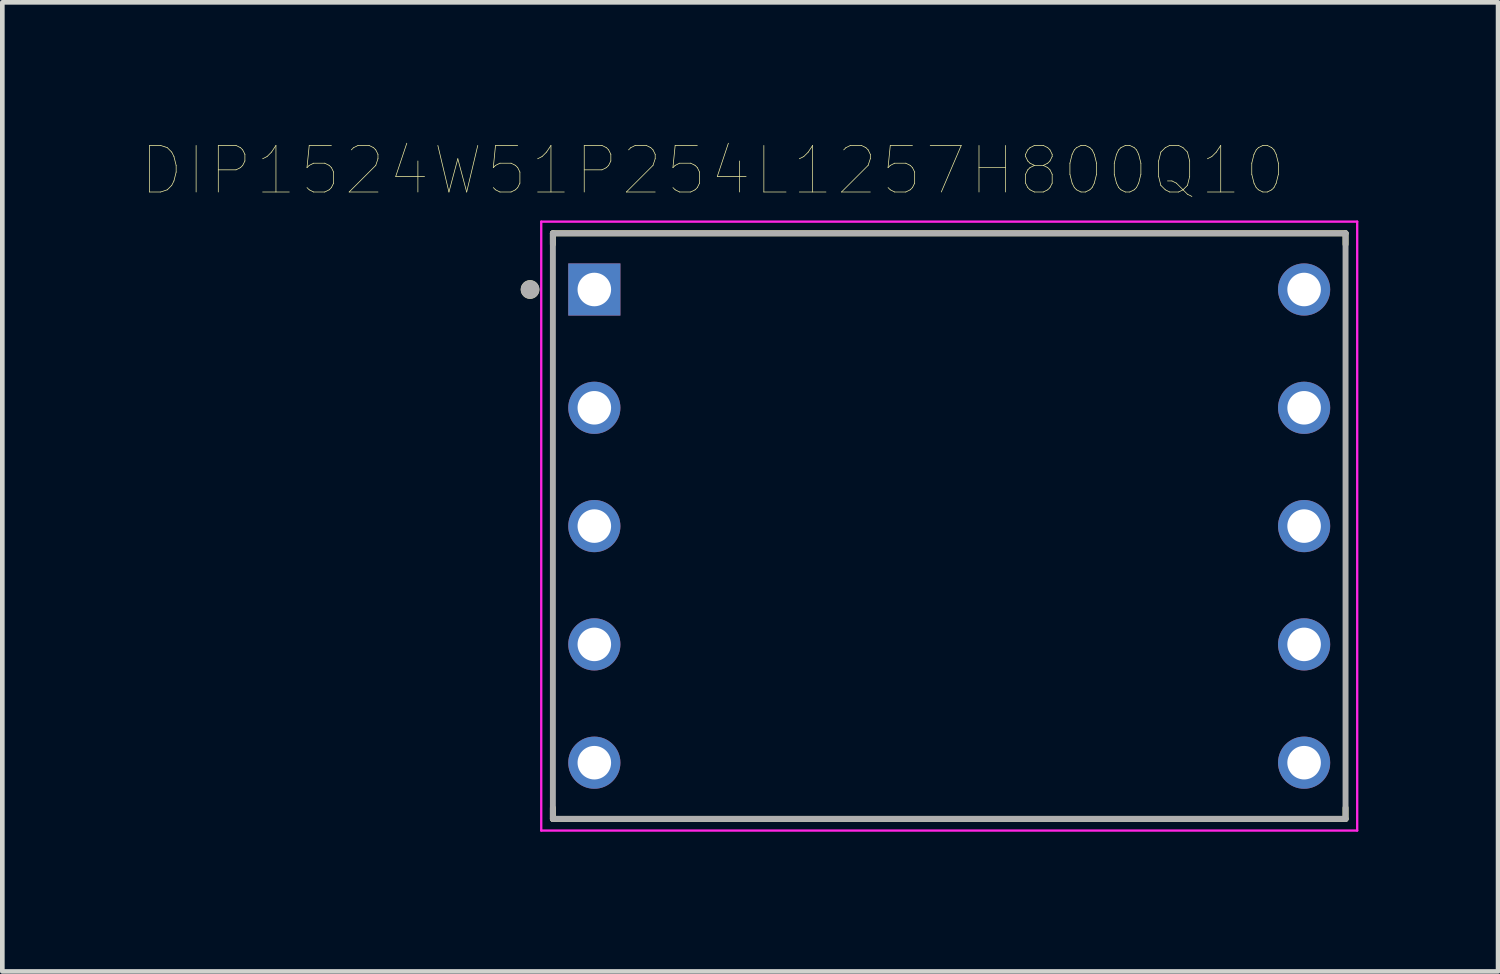
<source format=kicad_pcb>
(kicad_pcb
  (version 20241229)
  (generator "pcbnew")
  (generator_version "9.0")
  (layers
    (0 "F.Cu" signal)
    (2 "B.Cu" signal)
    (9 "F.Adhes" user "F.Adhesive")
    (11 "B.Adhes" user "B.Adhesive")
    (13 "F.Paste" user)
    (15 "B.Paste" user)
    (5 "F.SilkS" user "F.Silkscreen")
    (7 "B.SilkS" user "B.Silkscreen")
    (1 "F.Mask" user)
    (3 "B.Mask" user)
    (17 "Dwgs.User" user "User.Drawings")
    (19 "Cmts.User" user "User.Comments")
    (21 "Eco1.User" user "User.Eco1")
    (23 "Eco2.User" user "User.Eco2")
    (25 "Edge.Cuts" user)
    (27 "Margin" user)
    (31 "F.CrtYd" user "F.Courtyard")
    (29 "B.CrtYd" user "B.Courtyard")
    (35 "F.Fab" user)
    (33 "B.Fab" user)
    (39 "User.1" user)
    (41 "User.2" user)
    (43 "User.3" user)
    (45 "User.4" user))
  (footprint "DIP1524W51P254L1257H800Q10"
    (layer "F.Cu")
    (at 17.331 8.246)
    (property "Reference" "DIP1524W51P254L1257H800Q10" (at -5.075 -7.635 0) (layer "F.SilkS") (effects (font (size 1 1) (thickness 0.015))))
    (attr through_hole)
    (fp_line (start -8.51 -6.287) (end 8.51 -6.287) (stroke (width 0.127) (type solid)) (layer "F.SilkS"))
    (fp_line (start -8.51 -6.05) (end -8.51 -6.287) (stroke (width 0.127) (type solid)) (layer "F.SilkS"))
    (fp_line (start -8.51 6.287) (end -8.51 6.05) (stroke (width 0.127) (type solid)) (layer "F.SilkS"))
    (fp_line (start 8.51 -6.287) (end 8.51 -6.05) (stroke (width 0.127) (type solid)) (layer "F.SilkS"))
    (fp_line (start 8.51 6.05) (end 8.51 6.287) (stroke (width 0.127) (type solid)) (layer "F.SilkS"))
    (fp_line (start 8.51 6.287) (end -8.51 6.287) (stroke (width 0.127) (type solid)) (layer "F.SilkS"))
    (fp_circle (center -9 -5.08) (end -8.9 -5.08) (stroke (width 0.2) (type solid)) (fill no) (layer "F.SilkS"))
    (fp_line (start -8.76 -6.537) (end 8.76 -6.537) (stroke (width 0.05) (type solid)) (layer "F.CrtYd"))
    (fp_line (start -8.76 6.537) (end -8.76 -6.537) (stroke (width 0.05) (type solid)) (layer "F.CrtYd"))
    (fp_line (start 8.76 -6.537) (end 8.76 6.537) (stroke (width 0.05) (type solid)) (layer "F.CrtYd"))
    (fp_line (start 8.76 6.537) (end -8.76 6.537) (stroke (width 0.05) (type solid)) (layer "F.CrtYd"))
    (fp_line (start -8.51 -6.287) (end 8.51 -6.287) (stroke (width 0.127) (type solid)) (layer "F.Fab"))
    (fp_line (start -8.51 6.287) (end -8.51 -6.287) (stroke (width 0.127) (type solid)) (layer "F.Fab"))
    (fp_line (start 8.51 -6.287) (end 8.51 6.287) (stroke (width 0.127) (type solid)) (layer "F.Fab"))
    (fp_line (start 8.51 6.287) (end -8.51 6.287) (stroke (width 0.127) (type solid)) (layer "F.Fab"))
    (fp_circle (center -9 -5.08) (end -8.9 -5.08) (stroke (width 0.2) (type solid)) (fill no) (layer "F.Fab"))
    (pad "1" thru_hole rect (at -7.62 -5.08) (size 1.12 1.12) (drill 0.72) (layers "*.Cu" "*.Mask"))
    (pad "2" thru_hole circle (at -7.62 -2.54) (size 1.12 1.12) (drill 0.72) (layers "*.Cu" "*.Mask"))
    (pad "3" thru_hole circle (at -7.62 0) (size 1.12 1.12) (drill 0.72) (layers "*.Cu" "*.Mask"))
    (pad "4" thru_hole circle (at -7.62 2.54) (size 1.12 1.12) (drill 0.72) (layers "*.Cu" "*.Mask"))
    (pad "5" thru_hole circle (at -7.62 5.08) (size 1.12 1.12) (drill 0.72) (layers "*.Cu" "*.Mask"))
    (pad "6" thru_hole circle (at 7.62 5.08) (size 1.12 1.12) (drill 0.72) (layers "*.Cu" "*.Mask"))
    (pad "7" thru_hole circle (at 7.62 2.54) (size 1.12 1.12) (drill 0.72) (layers "*.Cu" "*.Mask"))
    (pad "8" thru_hole circle (at 7.62 0) (size 1.12 1.12) (drill 0.72) (layers "*.Cu" "*.Mask"))
    (pad "9" thru_hole circle (at 7.62 -2.54) (size 1.12 1.12) (drill 0.72) (layers "*.Cu" "*.Mask"))
    (pad "10" thru_hole circle (at 7.62 -5.08) (size 1.12 1.12) (drill 0.72) (layers "*.Cu" "*.Mask")))
  (gr_rect
    (start -3 -3)
    (end 29.116 17.808)
    (stroke (width 0.1) (type default))
    (fill no)
    (layer "Edge.Cuts")))
</source>
